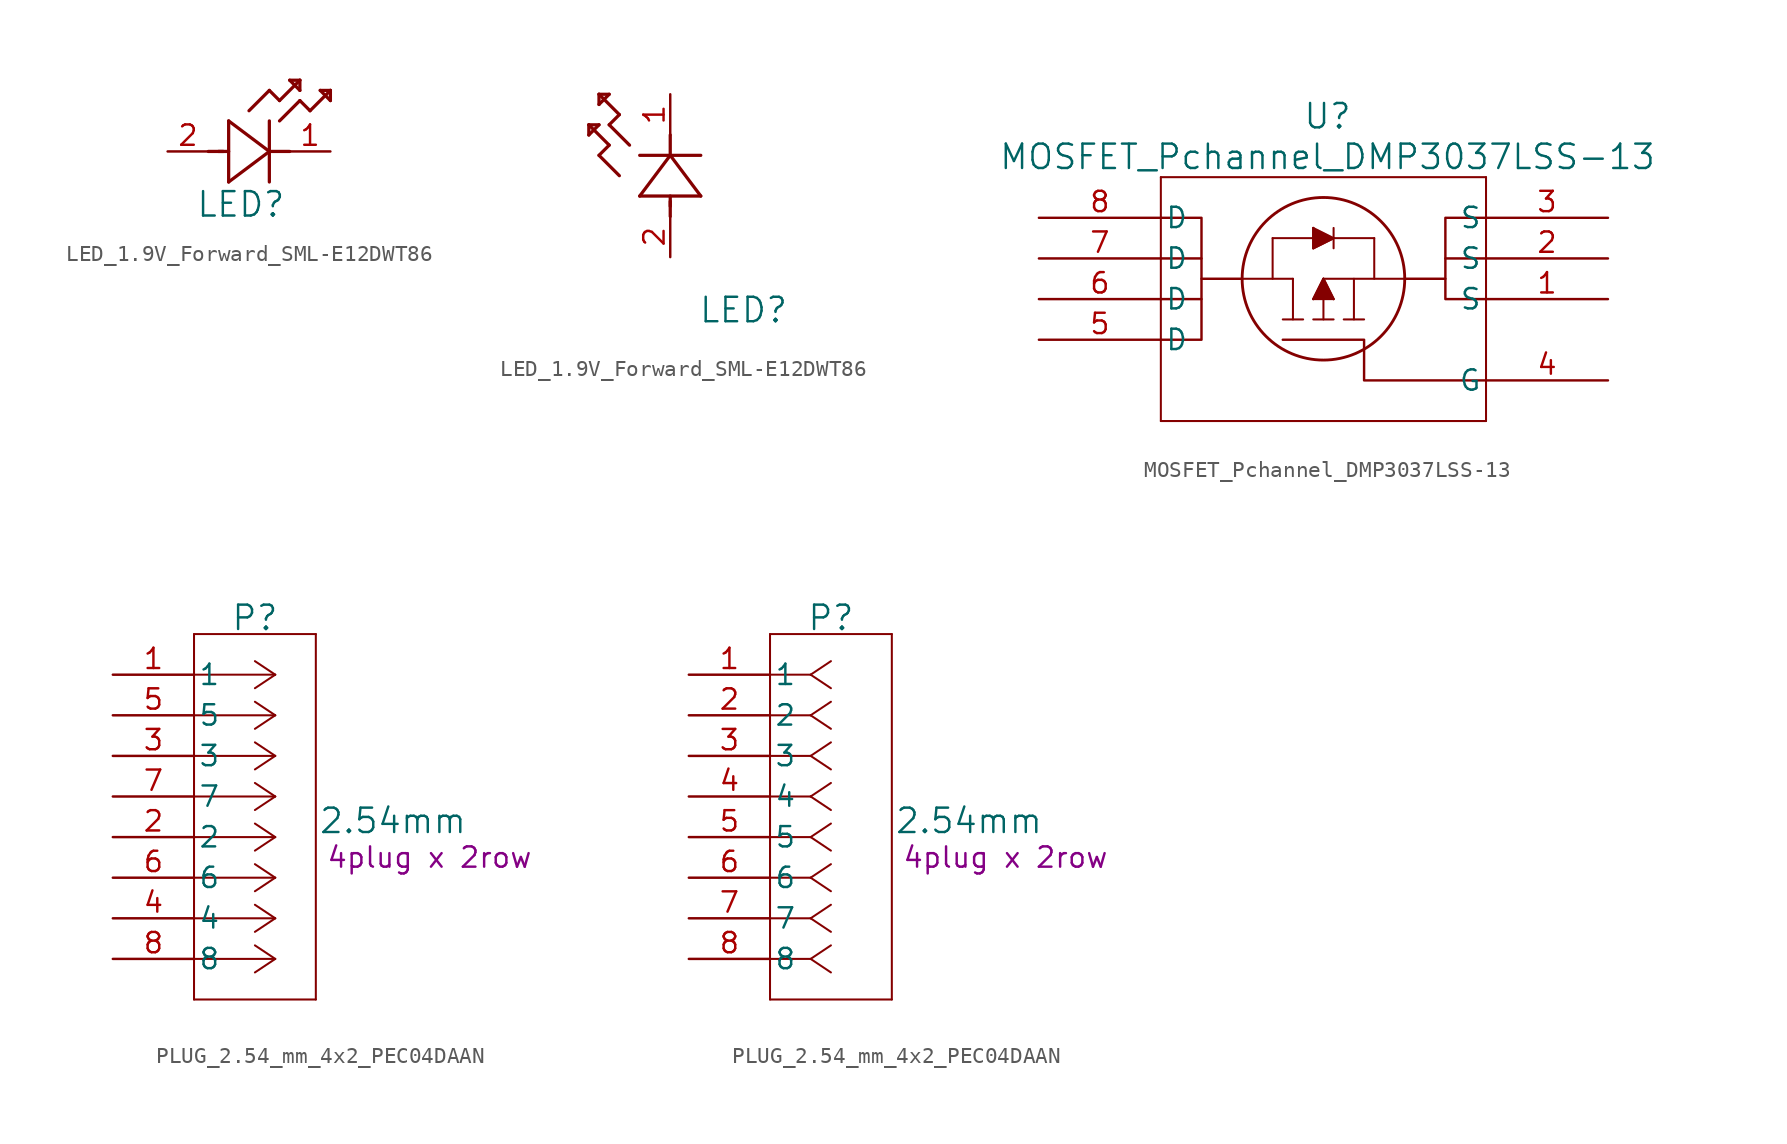
<source format=kicad_sym>
(kicad_symbol_lib
  (version 20231120)
  (generator "kicad_symbol_editor")
  (generator_version "8.0")
  (symbol "LED_1.9V_Forward_SML-E12DWT86"
    (pin_names
      (offset 0.254))
    (property "Reference" "LED"
      (at 4.572 -3.302 0)
      (effects (font (size 1.524 1.524))))
    (property "ki_locked" ""
      (at 0 0 0)
      (effects (font (size 1.27 1.27))))
    (symbol "LED_1.9V_Forward_SML-E12DWT86_1_1"
      (polyline (pts (xy 2.54 0) (xy 3.48 0)) (stroke (width 0.203) (type default)) (fill (type none)))
      (polyline (pts (xy 3.175 0) (xy 3.81 0)) (stroke (width 0.203) (type default)) (fill (type none)))
      (polyline (pts (xy 3.81 -1.905) (xy 6.35 0)) (stroke (width 0.203) (type default)) (fill (type none)))
      (polyline (pts (xy 3.81 1.905) (xy 3.81 -1.905)) (stroke (width 0.203) (type default)) (fill (type none)))
      (polyline (pts (xy 5.08 2.54) (xy 6.35 3.81)) (stroke (width 0.203) (type default)) (fill (type none)))
      (polyline (pts (xy 6.35 -1.905) (xy 6.35 1.905)) (stroke (width 0.203) (type default)) (fill (type none)))
      (polyline (pts (xy 6.35 0) (xy 3.81 1.905)) (stroke (width 0.203) (type default)) (fill (type none)))
      (polyline (pts (xy 6.35 0) (xy 7.62 0)) (stroke (width 0.203) (type default)) (fill (type none)))
      (polyline (pts (xy 6.35 3.81) (xy 6.985 3.175)) (stroke (width 0.203) (type default)) (fill (type none)))
      (polyline (pts (xy 6.985 1.905) (xy 8.255 3.175)) (stroke (width 0.203) (type default)) (fill (type none)))
      (polyline (pts (xy 6.985 3.175) (xy 8.255 4.445)) (stroke (width 0.203) (type default)) (fill (type none)))
      (polyline (pts (xy 7.62 4.445) (xy 8.255 3.81)) (stroke (width 0.203) (type default)) (fill (type none)))
      (polyline (pts (xy 8.255 3.175) (xy 8.89 2.54)) (stroke (width 0.203) (type default)) (fill (type none)))
      (polyline (pts (xy 8.255 3.81) (xy 8.255 4.445)) (stroke (width 0.203) (type default)) (fill (type none)))
      (polyline (pts (xy 8.255 4.445) (xy 7.62 4.445)) (stroke (width 0.203) (type default)) (fill (type none)))
      (polyline (pts (xy 8.89 2.54) (xy 10.16 3.81)) (stroke (width 0.203) (type default)) (fill (type none)))
      (polyline (pts (xy 9.525 3.81) (xy 10.16 3.175)) (stroke (width 0.203) (type default)) (fill (type none)))
      (polyline (pts (xy 10.16 3.175) (xy 10.16 3.81)) (stroke (width 0.203) (type default)) (fill (type none)))
      (polyline (pts (xy 10.16 3.81) (xy 9.525 3.81)) (stroke (width 0.203) (type default)) (fill (type none)))
      (pin unspecified line (at 10.16 0 180) (length 2.54) (name "" (effects (font (size 1.27 1.27)))) (number "1" (effects (font (size 1.27 1.27)))))
      (pin unspecified line (at 0 0 0) (length 2.54) (name "" (effects (font (size 1.27 1.27)))) (number "2" (effects (font (size 1.27 1.27))))))
    (symbol "LED_1.9V_Forward_SML-E12DWT86_1_2"
      (polyline (pts (xy -5.08 7.62) (xy -4.445 8.255)) (stroke (width 0.203) (type default)) (fill (type none)))
      (polyline (pts (xy -5.08 8.255) (xy -5.08 7.62)) (stroke (width 0.203) (type default)) (fill (type none)))
      (polyline (pts (xy -4.445 6.35) (xy -3.81 6.985)) (stroke (width 0.203) (type default)) (fill (type none)))
      (polyline (pts (xy -4.445 8.255) (xy -5.08 8.255)) (stroke (width 0.203) (type default)) (fill (type none)))
      (polyline (pts (xy -4.445 9.525) (xy -3.81 10.16)) (stroke (width 0.203) (type default)) (fill (type none)))
      (polyline (pts (xy -4.445 10.16) (xy -4.445 9.525)) (stroke (width 0.203) (type default)) (fill (type none)))
      (polyline (pts (xy -3.81 6.985) (xy -5.08 8.255)) (stroke (width 0.203) (type default)) (fill (type none)))
      (polyline (pts (xy -3.81 8.255) (xy -3.175 8.89)) (stroke (width 0.203) (type default)) (fill (type none)))
      (polyline (pts (xy -3.81 10.16) (xy -4.445 10.16)) (stroke (width 0.203) (type default)) (fill (type none)))
      (polyline (pts (xy -3.175 5.08) (xy -4.445 6.35)) (stroke (width 0.203) (type default)) (fill (type none)))
      (polyline (pts (xy -3.175 8.89) (xy -4.445 10.16)) (stroke (width 0.203) (type default)) (fill (type none)))
      (polyline (pts (xy -2.54 6.985) (xy -3.81 8.255)) (stroke (width 0.203) (type default)) (fill (type none)))
      (polyline (pts (xy -1.905 3.81) (xy 1.905 3.81)) (stroke (width 0.203) (type default)) (fill (type none)))
      (polyline (pts (xy 0 2.54) (xy 0 3.48)) (stroke (width 0.203) (type default)) (fill (type none)))
      (polyline (pts (xy 0 3.175) (xy 0 3.81)) (stroke (width 0.203) (type default)) (fill (type none)))
      (polyline (pts (xy 0 6.35) (xy -1.905 3.81)) (stroke (width 0.203) (type default)) (fill (type none)))
      (polyline (pts (xy 0 6.35) (xy 0 7.62)) (stroke (width 0.203) (type default)) (fill (type none)))
      (polyline (pts (xy 1.905 3.81) (xy 0 6.35)) (stroke (width 0.203) (type default)) (fill (type none)))
      (polyline (pts (xy 1.905 6.35) (xy -1.905 6.35)) (stroke (width 0.203) (type default)) (fill (type none)))
      (pin unspecified line (at 0 10.16 270) (length 2.54) (name "" (effects (font (size 1.27 1.27)))) (number "1" (effects (font (size 1.27 1.27)))))
      (pin unspecified line (at 0 0 90) (length 2.54) (name "" (effects (font (size 1.27 1.27)))) (number "2" (effects (font (size 1.27 1.27)))))))
  (symbol "MOSFET_Pchannel_DMP3037LSS-13"
    (pin_names
      (offset 0.254))
    (property "Reference" "U"
      (at 0.254 8.89 0)
      (effects (font (size 1.524 1.524))))
    (property "Value" "MOSFET_Pchannel_DMP3037LSS-13"
      (at 0.254 6.35 0)
      (effects (font (size 1.524 1.524))))
    (property "ki_locked" ""
      (at 0 0 0)
      (effects (font (size 1.27 1.27))))
    (symbol "MOSFET_Pchannel_DMP3037LSS-13_0_1"
      (polyline (pts (xy -10.16 -10.16) (xy 10.16 -10.16)) (stroke (width 0.127) (type default)) (fill (type none)))
      (polyline (pts (xy -10.16 5.08) (xy -10.16 -10.16)) (stroke (width 0.127) (type default)) (fill (type none)))
      (polyline (pts (xy -5.08 -1.27) (xy -1.905 -1.27)) (stroke (width 0.127) (type default)) (fill (type none)))
      (polyline (pts (xy -3.175 -1.27) (xy -3.175 1.27)) (stroke (width 0.127) (type default)) (fill (type none)))
      (polyline (pts (xy -3.175 1.27) (xy 3.175 1.27)) (stroke (width 0.127) (type default)) (fill (type none)))
      (polyline (pts (xy -1.905 -3.81) (xy -1.905 -1.27)) (stroke (width 0.127) (type default)) (fill (type none)))
      (polyline (pts (xy -1.27 -3.81) (xy -2.54 -3.81)) (stroke (width 0.127) (type default)) (fill (type none)))
      (polyline (pts (xy -0.635 -3.81) (xy 0.635 -3.81)) (stroke (width 0.127) (type default)) (fill (type none)))
      (polyline (pts (xy -0.635 -2.54) (xy 0 -1.27)) (stroke (width 0.127) (type default)) (fill (type none)))
      (polyline (pts (xy -0.635 0.635) (xy 0.635 1.27)) (stroke (width 0.127) (type default)) (fill (type none)))
      (polyline (pts (xy -0.635 1.905) (xy -0.635 0.635)) (stroke (width 0.127) (type default)) (fill (type none)))
      (polyline (pts (xy 0 -1.27) (xy 0 -3.81)) (stroke (width 0.127) (type default)) (fill (type none)))
      (polyline (pts (xy 0 -1.27) (xy 0.635 -2.54)) (stroke (width 0.127) (type default)) (fill (type none)))
      (polyline (pts (xy 0.635 -2.54) (xy -0.635 -2.54)) (stroke (width 0.127) (type default)) (fill (type none)))
      (polyline (pts (xy 0.635 1.27) (xy -0.635 1.905)) (stroke (width 0.127) (type default)) (fill (type none)))
      (polyline (pts (xy 0.635 1.905) (xy 0.635 0.635)) (stroke (width 0.127) (type default)) (fill (type none)))
      (polyline (pts (xy 1.27 -3.81) (xy 2.54 -3.81)) (stroke (width 0.127) (type default)) (fill (type none)))
      (polyline (pts (xy 1.905 -3.81) (xy 1.905 -1.27)) (stroke (width 0.127) (type default)) (fill (type none)))
      (polyline (pts (xy 3.175 1.27) (xy 3.175 -1.27)) (stroke (width 0.127) (type default)) (fill (type none)))
      (polyline (pts (xy 5.08 -1.27) (xy 0 -1.27)) (stroke (width 0.127) (type default)) (fill (type none)))
      (polyline (pts (xy 10.16 -10.16) (xy 10.16 5.08)) (stroke (width 0.127) (type default)) (fill (type none)))
      (polyline (pts (xy 10.16 5.08) (xy -10.16 5.08)) (stroke (width 0.127) (type default)) (fill (type none)))
      (polyline (pts (xy -0.635 1.905) (xy -0.635 0.635) (xy 0.635 1.27)) (stroke (width 0) (type default)) (fill (type outline)))
      (polyline (pts (xy 0.635 -2.54) (xy 0 -1.27) (xy -0.635 -2.54)) (stroke (width 0) (type default)) (fill (type outline)))
      (pin unspecified line (at 17.78 -2.54 180) (length 7.62) (name "S" (effects (font (size 1.27 1.27)))) (number "1" (effects (font (size 1.27 1.27)))))
      (pin unspecified line (at 17.78 0 180) (length 7.62) (name "S" (effects (font (size 1.27 1.27)))) (number "2" (effects (font (size 1.27 1.27)))))
      (pin unspecified line (at 17.78 2.54 180) (length 7.62) (name "S" (effects (font (size 1.27 1.27)))) (number "3" (effects (font (size 1.27 1.27)))))
      (pin unspecified line (at 17.78 -7.62 180) (length 7.62) (name "G" (effects (font (size 1.27 1.27)))) (number "4" (effects (font (size 1.27 1.27)))))
      (pin unspecified line (at -17.78 -5.08 0) (length 7.62) (name "D" (effects (font (size 1.27 1.27)))) (number "5" (effects (font (size 1.27 1.27)))))
      (pin unspecified line (at -17.78 -2.54 0) (length 7.62) (name "D" (effects (font (size 1.27 1.27)))) (number "6" (effects (font (size 1.27 1.27)))))
      (pin unspecified line (at -17.78 0 0) (length 7.62) (name "D" (effects (font (size 1.27 1.27)))) (number "7" (effects (font (size 1.27 1.27)))))
      (pin unspecified line (at -17.78 2.54 0) (length 7.62) (name "D" (effects (font (size 1.27 1.27)))) (number "8" (effects (font (size 1.27 1.27))))))
    (symbol "MOSFET_Pchannel_DMP3037LSS-13_1_1"
      (circle (center 0 -1.27) (radius 5.08) (stroke (width 0.178) (type default)) (fill (type none)))
      (polyline (pts (xy -10.16 -2.54) (xy -7.62 -2.54)) (stroke (width 0) (type default)) (fill (type none)))
      (polyline (pts (xy -10.16 0) (xy -7.62 0)) (stroke (width 0) (type default)) (fill (type none)))
      (polyline (pts (xy -5.08 -1.27) (xy -7.62 -1.27)) (stroke (width 0) (type default)) (fill (type none)))
      (polyline (pts (xy 5.08 -1.27) (xy 7.62 -1.27)) (stroke (width 0) (type default)) (fill (type none)))
      (polyline (pts (xy 10.16 0) (xy 7.62 0)) (stroke (width 0) (type default)) (fill (type none)))
      (polyline (pts (xy -10.16 2.54) (xy -7.62 2.54) (xy -7.62 -5.08) (xy -10.16 -5.08)) (stroke (width 0) (type default)) (fill (type none)))
      (polyline (pts (xy -2.54 -5.08) (xy 2.54 -5.08) (xy 2.54 -7.62) (xy 10.16 -7.62)) (stroke (width 0) (type default)) (fill (type none)))
      (polyline (pts (xy 10.16 2.54) (xy 7.62 2.54) (xy 7.62 -2.54) (xy 10.16 -2.54)) (stroke (width 0) (type default)) (fill (type none)))))
  (symbol "PLUG_2.54_mm_4x2_PEC04DAAN"
    (pin_names
      (offset 0.254))
    (property "Reference" "P"
      (at 8.89 3.556 0)
      (effects (font (size 1.524 1.524))))
    (property "Value" "2.54mm"
      (at 17.526 -9.144 0)
      (effects (font (size 1.524 1.524))))
    (property "Description" "4plug x 2row "
      (at 19.812 -11.43 0)
      (effects (font (size 1.27 1.27))))
    (symbol "PLUG_2.54_mm_4x2_PEC04DAAN_1_1"
      (polyline (pts (xy 5.08 -20.32) (xy 12.7 -20.32)) (stroke (width 0.127) (type default)) (fill (type none)))
      (polyline (pts (xy 5.08 2.54) (xy 5.08 -20.32)) (stroke (width 0.127) (type default)) (fill (type none)))
      (polyline (pts (xy 10.16 -17.78) (xy 5.08 -17.78)) (stroke (width 0.127) (type default)) (fill (type none)))
      (polyline (pts (xy 10.16 -17.78) (xy 8.89 -18.627)) (stroke (width 0.127) (type default)) (fill (type none)))
      (polyline (pts (xy 10.16 -17.78) (xy 8.89 -16.933)) (stroke (width 0.127) (type default)) (fill (type none)))
      (polyline (pts (xy 10.16 -15.24) (xy 5.08 -15.24)) (stroke (width 0.127) (type default)) (fill (type none)))
      (polyline (pts (xy 10.16 -15.24) (xy 8.89 -16.087)) (stroke (width 0.127) (type default)) (fill (type none)))
      (polyline (pts (xy 10.16 -15.24) (xy 8.89 -14.393)) (stroke (width 0.127) (type default)) (fill (type none)))
      (polyline (pts (xy 10.16 -12.7) (xy 5.08 -12.7)) (stroke (width 0.127) (type default)) (fill (type none)))
      (polyline (pts (xy 10.16 -12.7) (xy 8.89 -13.547)) (stroke (width 0.127) (type default)) (fill (type none)))
      (polyline (pts (xy 10.16 -12.7) (xy 8.89 -11.853)) (stroke (width 0.127) (type default)) (fill (type none)))
      (polyline (pts (xy 10.16 -10.16) (xy 5.08 -10.16)) (stroke (width 0.127) (type default)) (fill (type none)))
      (polyline (pts (xy 10.16 -10.16) (xy 8.89 -11.007)) (stroke (width 0.127) (type default)) (fill (type none)))
      (polyline (pts (xy 10.16 -10.16) (xy 8.89 -9.313)) (stroke (width 0.127) (type default)) (fill (type none)))
      (polyline (pts (xy 10.16 -7.62) (xy 5.08 -7.62)) (stroke (width 0.127) (type default)) (fill (type none)))
      (polyline (pts (xy 10.16 -7.62) (xy 8.89 -8.467)) (stroke (width 0.127) (type default)) (fill (type none)))
      (polyline (pts (xy 10.16 -7.62) (xy 8.89 -6.773)) (stroke (width 0.127) (type default)) (fill (type none)))
      (polyline (pts (xy 10.16 -5.08) (xy 5.08 -5.08)) (stroke (width 0.127) (type default)) (fill (type none)))
      (polyline (pts (xy 10.16 -5.08) (xy 8.89 -5.927)) (stroke (width 0.127) (type default)) (fill (type none)))
      (polyline (pts (xy 10.16 -5.08) (xy 8.89 -4.233)) (stroke (width 0.127) (type default)) (fill (type none)))
      (polyline (pts (xy 10.16 -2.54) (xy 5.08 -2.54)) (stroke (width 0.127) (type default)) (fill (type none)))
      (polyline (pts (xy 10.16 -2.54) (xy 8.89 -3.387)) (stroke (width 0.127) (type default)) (fill (type none)))
      (polyline (pts (xy 10.16 -2.54) (xy 8.89 -1.693)) (stroke (width 0.127) (type default)) (fill (type none)))
      (polyline (pts (xy 10.16 0) (xy 5.08 0)) (stroke (width 0.127) (type default)) (fill (type none)))
      (polyline (pts (xy 10.16 0) (xy 8.89 -0.847)) (stroke (width 0.127) (type default)) (fill (type none)))
      (polyline (pts (xy 10.16 0) (xy 8.89 0.847)) (stroke (width 0.127) (type default)) (fill (type none)))
      (polyline (pts (xy 12.7 -20.32) (xy 12.7 2.54)) (stroke (width 0.127) (type default)) (fill (type none)))
      (polyline (pts (xy 12.7 2.54) (xy 5.08 2.54)) (stroke (width 0.127) (type default)) (fill (type none)))
      (pin unspecified line (at 0 0 0) (length 5.08) (name "1" (effects (font (size 1.27 1.27)))) (number "1" (effects (font (size 1.27 1.27)))))
      (pin unspecified line (at 0 -10.16 0) (length 5.08) (name "2" (effects (font (size 1.27 1.27)))) (number "2" (effects (font (size 1.27 1.27)))))
      (pin unspecified line (at 0 -5.08 0) (length 5.08) (name "3" (effects (font (size 1.27 1.27)))) (number "3" (effects (font (size 1.27 1.27)))))
      (pin unspecified line (at 0 -15.24 0) (length 5.08) (name "4" (effects (font (size 1.27 1.27)))) (number "4" (effects (font (size 1.27 1.27)))))
      (pin unspecified line (at 0 -2.54 0) (length 5.08) (name "5" (effects (font (size 1.27 1.27)))) (number "5" (effects (font (size 1.27 1.27)))))
      (pin unspecified line (at 0 -12.7 0) (length 5.08) (name "6" (effects (font (size 1.27 1.27)))) (number "6" (effects (font (size 1.27 1.27)))))
      (pin unspecified line (at 0 -7.62 0) (length 5.08) (name "7" (effects (font (size 1.27 1.27)))) (number "7" (effects (font (size 1.27 1.27)))))
      (pin unspecified line (at 0 -17.78 0) (length 5.08) (name "8" (effects (font (size 1.27 1.27)))) (number "8" (effects (font (size 1.27 1.27))))))
    (symbol "PLUG_2.54_mm_4x2_PEC04DAAN_1_2"
      (polyline (pts (xy 5.08 -20.32) (xy 12.7 -20.32)) (stroke (width 0.127) (type default)) (fill (type none)))
      (polyline (pts (xy 5.08 2.54) (xy 5.08 -20.32)) (stroke (width 0.127) (type default)) (fill (type none)))
      (polyline (pts (xy 7.62 -17.78) (xy 5.08 -17.78)) (stroke (width 0.127) (type default)) (fill (type none)))
      (polyline (pts (xy 7.62 -17.78) (xy 8.89 -18.627)) (stroke (width 0.127) (type default)) (fill (type none)))
      (polyline (pts (xy 7.62 -17.78) (xy 8.89 -16.933)) (stroke (width 0.127) (type default)) (fill (type none)))
      (polyline (pts (xy 7.62 -15.24) (xy 5.08 -15.24)) (stroke (width 0.127) (type default)) (fill (type none)))
      (polyline (pts (xy 7.62 -15.24) (xy 8.89 -16.087)) (stroke (width 0.127) (type default)) (fill (type none)))
      (polyline (pts (xy 7.62 -15.24) (xy 8.89 -14.393)) (stroke (width 0.127) (type default)) (fill (type none)))
      (polyline (pts (xy 7.62 -12.7) (xy 5.08 -12.7)) (stroke (width 0.127) (type default)) (fill (type none)))
      (polyline (pts (xy 7.62 -12.7) (xy 8.89 -13.547)) (stroke (width 0.127) (type default)) (fill (type none)))
      (polyline (pts (xy 7.62 -12.7) (xy 8.89 -11.853)) (stroke (width 0.127) (type default)) (fill (type none)))
      (polyline (pts (xy 7.62 -10.16) (xy 5.08 -10.16)) (stroke (width 0.127) (type default)) (fill (type none)))
      (polyline (pts (xy 7.62 -10.16) (xy 8.89 -11.007)) (stroke (width 0.127) (type default)) (fill (type none)))
      (polyline (pts (xy 7.62 -10.16) (xy 8.89 -9.313)) (stroke (width 0.127) (type default)) (fill (type none)))
      (polyline (pts (xy 7.62 -7.62) (xy 5.08 -7.62)) (stroke (width 0.127) (type default)) (fill (type none)))
      (polyline (pts (xy 7.62 -7.62) (xy 8.89 -8.467)) (stroke (width 0.127) (type default)) (fill (type none)))
      (polyline (pts (xy 7.62 -7.62) (xy 8.89 -6.773)) (stroke (width 0.127) (type default)) (fill (type none)))
      (polyline (pts (xy 7.62 -5.08) (xy 5.08 -5.08)) (stroke (width 0.127) (type default)) (fill (type none)))
      (polyline (pts (xy 7.62 -5.08) (xy 8.89 -5.927)) (stroke (width 0.127) (type default)) (fill (type none)))
      (polyline (pts (xy 7.62 -5.08) (xy 8.89 -4.233)) (stroke (width 0.127) (type default)) (fill (type none)))
      (polyline (pts (xy 7.62 -2.54) (xy 5.08 -2.54)) (stroke (width 0.127) (type default)) (fill (type none)))
      (polyline (pts (xy 7.62 -2.54) (xy 8.89 -3.387)) (stroke (width 0.127) (type default)) (fill (type none)))
      (polyline (pts (xy 7.62 -2.54) (xy 8.89 -1.693)) (stroke (width 0.127) (type default)) (fill (type none)))
      (polyline (pts (xy 7.62 0) (xy 5.08 0)) (stroke (width 0.127) (type default)) (fill (type none)))
      (polyline (pts (xy 7.62 0) (xy 8.89 -0.847)) (stroke (width 0.127) (type default)) (fill (type none)))
      (polyline (pts (xy 7.62 0) (xy 8.89 0.847)) (stroke (width 0.127) (type default)) (fill (type none)))
      (polyline (pts (xy 12.7 -20.32) (xy 12.7 2.54)) (stroke (width 0.127) (type default)) (fill (type none)))
      (polyline (pts (xy 12.7 2.54) (xy 5.08 2.54)) (stroke (width 0.127) (type default)) (fill (type none)))
      (pin unspecified line (at 0 0 0) (length 5.08) (name "1" (effects (font (size 1.27 1.27)))) (number "1" (effects (font (size 1.27 1.27)))))
      (pin unspecified line (at 0 -2.54 0) (length 5.08) (name "2" (effects (font (size 1.27 1.27)))) (number "2" (effects (font (size 1.27 1.27)))))
      (pin unspecified line (at 0 -5.08 0) (length 5.08) (name "3" (effects (font (size 1.27 1.27)))) (number "3" (effects (font (size 1.27 1.27)))))
      (pin unspecified line (at 0 -7.62 0) (length 5.08) (name "4" (effects (font (size 1.27 1.27)))) (number "4" (effects (font (size 1.27 1.27)))))
      (pin unspecified line (at 0 -10.16 0) (length 5.08) (name "5" (effects (font (size 1.27 1.27)))) (number "5" (effects (font (size 1.27 1.27)))))
      (pin unspecified line (at 0 -12.7 0) (length 5.08) (name "6" (effects (font (size 1.27 1.27)))) (number "6" (effects (font (size 1.27 1.27)))))
      (pin unspecified line (at 0 -15.24 0) (length 5.08) (name "7" (effects (font (size 1.27 1.27)))) (number "7" (effects (font (size 1.27 1.27)))))
      (pin unspecified line (at 0 -17.78 0) (length 5.08) (name "8" (effects (font (size 1.27 1.27)))) (number "8" (effects (font (size 1.27 1.27))))))))
</source>
